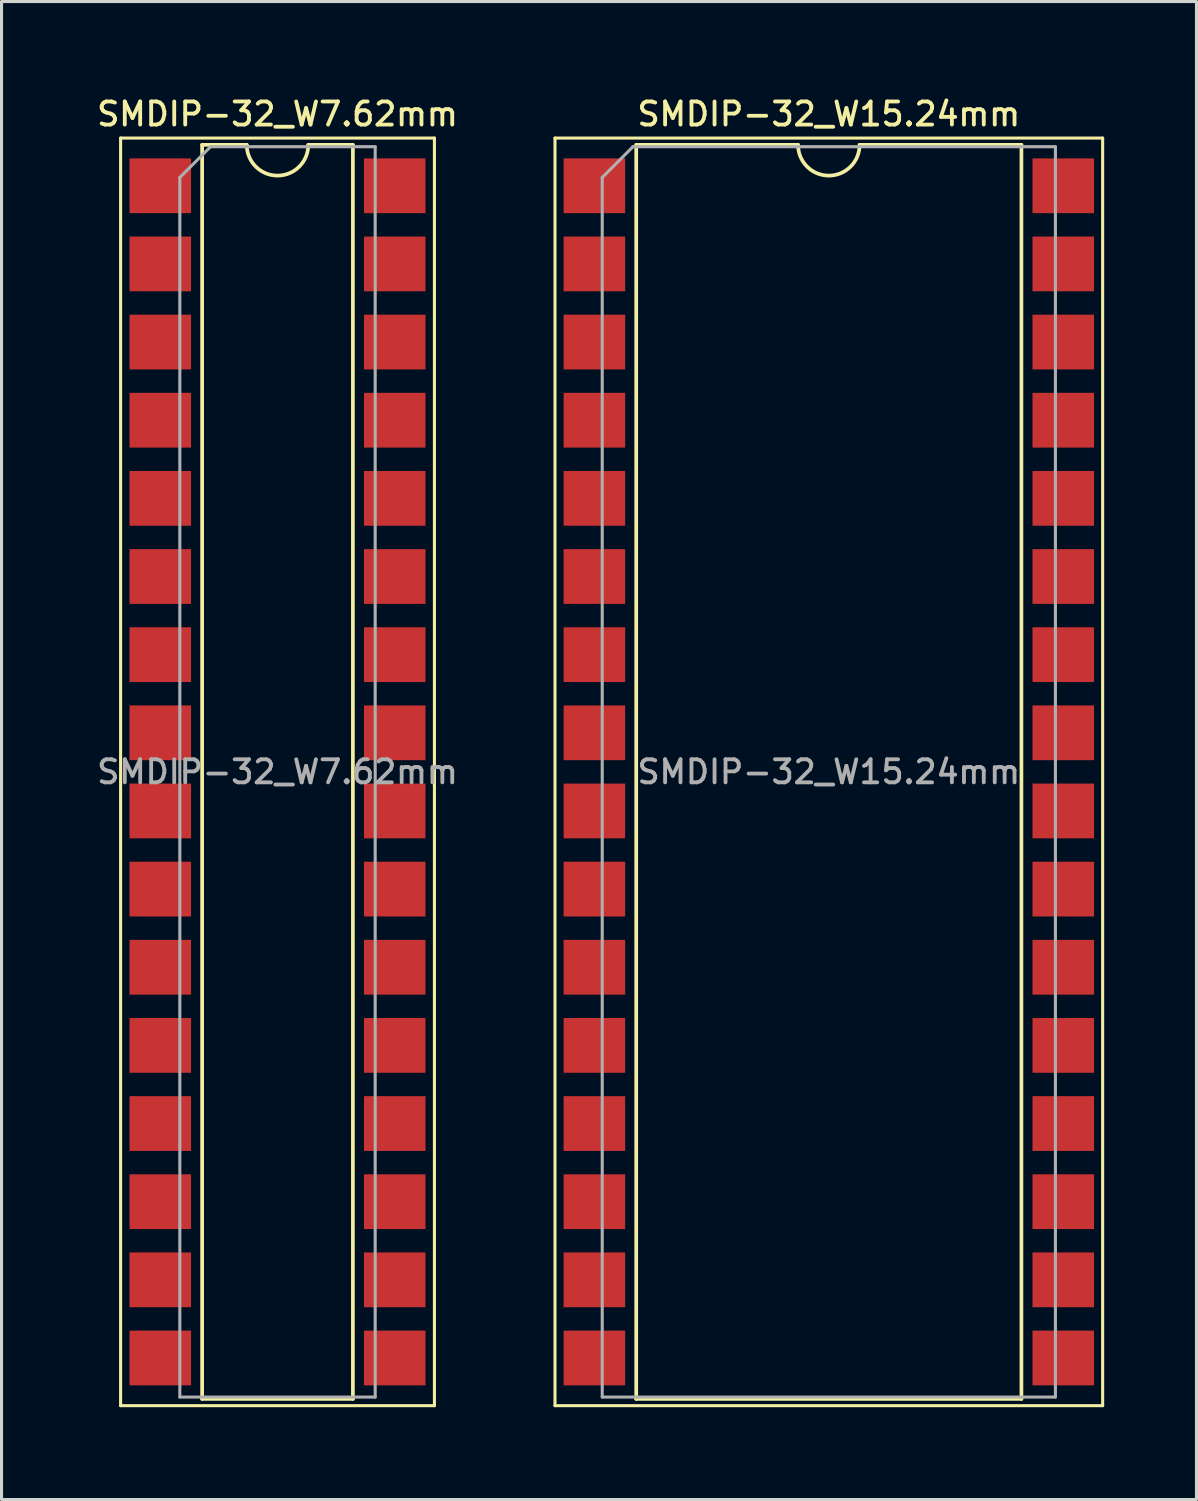
<source format=kicad_pcb>
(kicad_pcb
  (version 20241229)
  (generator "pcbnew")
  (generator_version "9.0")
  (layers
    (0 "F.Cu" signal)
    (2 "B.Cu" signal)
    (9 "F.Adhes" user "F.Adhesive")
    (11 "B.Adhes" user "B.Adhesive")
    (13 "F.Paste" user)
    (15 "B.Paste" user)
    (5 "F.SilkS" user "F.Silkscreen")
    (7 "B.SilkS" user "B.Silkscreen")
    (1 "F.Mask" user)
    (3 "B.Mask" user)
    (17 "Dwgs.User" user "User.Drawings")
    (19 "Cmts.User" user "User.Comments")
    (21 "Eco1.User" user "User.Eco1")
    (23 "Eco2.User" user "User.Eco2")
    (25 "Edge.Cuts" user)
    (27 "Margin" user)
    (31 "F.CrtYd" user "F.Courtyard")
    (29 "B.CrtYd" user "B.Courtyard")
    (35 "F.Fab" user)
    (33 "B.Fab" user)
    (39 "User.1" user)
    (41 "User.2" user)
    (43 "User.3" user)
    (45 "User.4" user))
  (footprint "SMDIP-32_W7.62mm"
    (layer "F.Cu")
    (at 5.97 22.038)
    (property "Reference" "SMDIP-32_W7.62mm" (at 0 -21.38 0) (layer "F.SilkS") (effects (font (size 0.75 0.75) (thickness 0.125))))
    (attr smd)
    (fp_line (start -5.1 -20.6) (end -5.1 20.6) (stroke (width 0.1) (type solid)) (layer "F.SilkS"))
    (fp_line (start -5.1 20.6) (end 5.1 20.6) (stroke (width 0.1) (type solid)) (layer "F.SilkS"))
    (fp_line (start -2.45 -20.38) (end -2.45 20.38) (stroke (width 0.12) (type solid)) (layer "F.SilkS"))
    (fp_line (start -2.45 20.38) (end 2.45 20.38) (stroke (width 0.12) (type solid)) (layer "F.SilkS"))
    (fp_line (start -1 -20.38) (end -2.45 -20.38) (stroke (width 0.12) (type solid)) (layer "F.SilkS"))
    (fp_line (start 2.45 -20.38) (end 1 -20.38) (stroke (width 0.12) (type solid)) (layer "F.SilkS"))
    (fp_line (start 2.45 20.38) (end 2.45 -20.38) (stroke (width 0.12) (type solid)) (layer "F.SilkS"))
    (fp_line (start 5.1 -20.6) (end -5.1 -20.6) (stroke (width 0.1) (type solid)) (layer "F.SilkS"))
    (fp_line (start 5.1 20.6) (end 5.1 -20.6) (stroke (width 0.1) (type solid)) (layer "F.SilkS"))
    (fp_arc (start 1 -20.38) (mid 0 -19.38) (end -1 -20.38) (stroke (width 0.12) (type solid)) (layer "F.SilkS"))
    (fp_line (start -3.175 -19.32) (end -2.175 -20.32) (stroke (width 0.1) (type solid)) (layer "F.Fab"))
    (fp_line (start -3.175 20.32) (end -3.175 -19.32) (stroke (width 0.1) (type solid)) (layer "F.Fab"))
    (fp_line (start -2.175 -20.32) (end 3.175 -20.32) (stroke (width 0.1) (type solid)) (layer "F.Fab"))
    (fp_line (start 3.175 -20.32) (end 3.175 20.32) (stroke (width 0.1) (type solid)) (layer "F.Fab"))
    (fp_line (start 3.175 20.32) (end -3.175 20.32) (stroke (width 0.1) (type solid)) (layer "F.Fab"))
    (fp_text user "${REFERENCE}" (at 0 0 0) (layer "F.Fab") (effects (font (size 0.75 0.75) (thickness 0.125))))
    (pad "1" smd rect (at -3.81 -19.05) (size 2 1.78) (layers "F.Cu" "F.Mask" "F.Paste"))
    (pad "2" smd rect (at -3.81 -16.51) (size 2 1.78) (layers "F.Cu" "F.Mask" "F.Paste"))
    (pad "3" smd rect (at -3.81 -13.97) (size 2 1.78) (layers "F.Cu" "F.Mask" "F.Paste"))
    (pad "4" smd rect (at -3.81 -11.43) (size 2 1.78) (layers "F.Cu" "F.Mask" "F.Paste"))
    (pad "5" smd rect (at -3.81 -8.89) (size 2 1.78) (layers "F.Cu" "F.Mask" "F.Paste"))
    (pad "6" smd rect (at -3.81 -6.35) (size 2 1.78) (layers "F.Cu" "F.Mask" "F.Paste"))
    (pad "7" smd rect (at -3.81 -3.81) (size 2 1.78) (layers "F.Cu" "F.Mask" "F.Paste"))
    (pad "8" smd rect (at -3.81 -1.27) (size 2 1.78) (layers "F.Cu" "F.Mask" "F.Paste"))
    (pad "9" smd rect (at -3.81 1.27) (size 2 1.78) (layers "F.Cu" "F.Mask" "F.Paste"))
    (pad "10" smd rect (at -3.81 3.81) (size 2 1.78) (layers "F.Cu" "F.Mask" "F.Paste"))
    (pad "11" smd rect (at -3.81 6.35) (size 2 1.78) (layers "F.Cu" "F.Mask" "F.Paste"))
    (pad "12" smd rect (at -3.81 8.89) (size 2 1.78) (layers "F.Cu" "F.Mask" "F.Paste"))
    (pad "13" smd rect (at -3.81 11.43) (size 2 1.78) (layers "F.Cu" "F.Mask" "F.Paste"))
    (pad "14" smd rect (at -3.81 13.97) (size 2 1.78) (layers "F.Cu" "F.Mask" "F.Paste"))
    (pad "15" smd rect (at -3.81 16.51) (size 2 1.78) (layers "F.Cu" "F.Mask" "F.Paste"))
    (pad "16" smd rect (at -3.81 19.05) (size 2 1.78) (layers "F.Cu" "F.Mask" "F.Paste"))
    (pad "17" smd rect (at 3.81 19.05) (size 2 1.78) (layers "F.Cu" "F.Mask" "F.Paste"))
    (pad "18" smd rect (at 3.81 16.51) (size 2 1.78) (layers "F.Cu" "F.Mask" "F.Paste"))
    (pad "19" smd rect (at 3.81 13.97) (size 2 1.78) (layers "F.Cu" "F.Mask" "F.Paste"))
    (pad "20" smd rect (at 3.81 11.43) (size 2 1.78) (layers "F.Cu" "F.Mask" "F.Paste"))
    (pad "21" smd rect (at 3.81 8.89) (size 2 1.78) (layers "F.Cu" "F.Mask" "F.Paste"))
    (pad "22" smd rect (at 3.81 6.35) (size 2 1.78) (layers "F.Cu" "F.Mask" "F.Paste"))
    (pad "23" smd rect (at 3.81 3.81) (size 2 1.78) (layers "F.Cu" "F.Mask" "F.Paste"))
    (pad "24" smd rect (at 3.81 1.27) (size 2 1.78) (layers "F.Cu" "F.Mask" "F.Paste"))
    (pad "25" smd rect (at 3.81 -1.27) (size 2 1.78) (layers "F.Cu" "F.Mask" "F.Paste"))
    (pad "26" smd rect (at 3.81 -3.81) (size 2 1.78) (layers "F.Cu" "F.Mask" "F.Paste"))
    (pad "27" smd rect (at 3.81 -6.35) (size 2 1.78) (layers "F.Cu" "F.Mask" "F.Paste"))
    (pad "28" smd rect (at 3.81 -8.89) (size 2 1.78) (layers "F.Cu" "F.Mask" "F.Paste"))
    (pad "29" smd rect (at 3.81 -11.43) (size 2 1.78) (layers "F.Cu" "F.Mask" "F.Paste"))
    (pad "30" smd rect (at 3.81 -13.97) (size 2 1.78) (layers "F.Cu" "F.Mask" "F.Paste"))
    (pad "31" smd rect (at 3.81 -16.51) (size 2 1.78) (layers "F.Cu" "F.Mask" "F.Paste"))
    (pad "32" smd rect (at 3.81 -19.05) (size 2 1.78) (layers "F.Cu" "F.Mask" "F.Paste")))
  (footprint "SMDIP-32_W15.24mm"
    (layer "F.Cu")
    (at 23.889 22.038)
    (property "Reference" "SMDIP-32_W15.24mm" (at 0 -21.38 0) (layer "F.SilkS") (effects (font (size 0.75 0.75) (thickness 0.125))))
    (attr smd)
    (fp_line (start -8.9 -20.6) (end -8.9 20.6) (stroke (width 0.1) (type solid)) (layer "F.SilkS"))
    (fp_line (start -8.9 20.6) (end 8.9 20.6) (stroke (width 0.1) (type solid)) (layer "F.SilkS"))
    (fp_line (start -6.26 -20.38) (end -6.26 20.38) (stroke (width 0.12) (type solid)) (layer "F.SilkS"))
    (fp_line (start -6.26 20.38) (end 6.26 20.38) (stroke (width 0.12) (type solid)) (layer "F.SilkS"))
    (fp_line (start -1 -20.38) (end -6.26 -20.38) (stroke (width 0.12) (type solid)) (layer "F.SilkS"))
    (fp_line (start 6.26 -20.38) (end 1 -20.38) (stroke (width 0.12) (type solid)) (layer "F.SilkS"))
    (fp_line (start 6.26 20.38) (end 6.26 -20.38) (stroke (width 0.12) (type solid)) (layer "F.SilkS"))
    (fp_line (start 8.9 -20.6) (end -8.9 -20.6) (stroke (width 0.1) (type solid)) (layer "F.SilkS"))
    (fp_line (start 8.9 20.6) (end 8.9 -20.6) (stroke (width 0.1) (type solid)) (layer "F.SilkS"))
    (fp_arc (start 1 -20.38) (mid 0 -19.38) (end -1 -20.38) (stroke (width 0.12) (type solid)) (layer "F.SilkS"))
    (fp_line (start -7.365 -19.32) (end -6.365 -20.32) (stroke (width 0.1) (type solid)) (layer "F.Fab"))
    (fp_line (start -7.365 20.32) (end -7.365 -19.32) (stroke (width 0.1) (type solid)) (layer "F.Fab"))
    (fp_line (start -6.365 -20.32) (end 7.365 -20.32) (stroke (width 0.1) (type solid)) (layer "F.Fab"))
    (fp_line (start 7.365 -20.32) (end 7.365 20.32) (stroke (width 0.1) (type solid)) (layer "F.Fab"))
    (fp_line (start 7.365 20.32) (end -7.365 20.32) (stroke (width 0.1) (type solid)) (layer "F.Fab"))
    (fp_text user "${REFERENCE}" (at 0 0 0) (layer "F.Fab") (effects (font (size 0.75 0.75) (thickness 0.125))))
    (pad "1" smd rect (at -7.62 -19.05) (size 2 1.78) (layers "F.Cu" "F.Mask" "F.Paste"))
    (pad "2" smd rect (at -7.62 -16.51) (size 2 1.78) (layers "F.Cu" "F.Mask" "F.Paste"))
    (pad "3" smd rect (at -7.62 -13.97) (size 2 1.78) (layers "F.Cu" "F.Mask" "F.Paste"))
    (pad "4" smd rect (at -7.62 -11.43) (size 2 1.78) (layers "F.Cu" "F.Mask" "F.Paste"))
    (pad "5" smd rect (at -7.62 -8.89) (size 2 1.78) (layers "F.Cu" "F.Mask" "F.Paste"))
    (pad "6" smd rect (at -7.62 -6.35) (size 2 1.78) (layers "F.Cu" "F.Mask" "F.Paste"))
    (pad "7" smd rect (at -7.62 -3.81) (size 2 1.78) (layers "F.Cu" "F.Mask" "F.Paste"))
    (pad "8" smd rect (at -7.62 -1.27) (size 2 1.78) (layers "F.Cu" "F.Mask" "F.Paste"))
    (pad "9" smd rect (at -7.62 1.27) (size 2 1.78) (layers "F.Cu" "F.Mask" "F.Paste"))
    (pad "10" smd rect (at -7.62 3.81) (size 2 1.78) (layers "F.Cu" "F.Mask" "F.Paste"))
    (pad "11" smd rect (at -7.62 6.35) (size 2 1.78) (layers "F.Cu" "F.Mask" "F.Paste"))
    (pad "12" smd rect (at -7.62 8.89) (size 2 1.78) (layers "F.Cu" "F.Mask" "F.Paste"))
    (pad "13" smd rect (at -7.62 11.43) (size 2 1.78) (layers "F.Cu" "F.Mask" "F.Paste"))
    (pad "14" smd rect (at -7.62 13.97) (size 2 1.78) (layers "F.Cu" "F.Mask" "F.Paste"))
    (pad "15" smd rect (at -7.62 16.51) (size 2 1.78) (layers "F.Cu" "F.Mask" "F.Paste"))
    (pad "16" smd rect (at -7.62 19.05) (size 2 1.78) (layers "F.Cu" "F.Mask" "F.Paste"))
    (pad "17" smd rect (at 7.62 19.05) (size 2 1.78) (layers "F.Cu" "F.Mask" "F.Paste"))
    (pad "18" smd rect (at 7.62 16.51) (size 2 1.78) (layers "F.Cu" "F.Mask" "F.Paste"))
    (pad "19" smd rect (at 7.62 13.97) (size 2 1.78) (layers "F.Cu" "F.Mask" "F.Paste"))
    (pad "20" smd rect (at 7.62 11.43) (size 2 1.78) (layers "F.Cu" "F.Mask" "F.Paste"))
    (pad "21" smd rect (at 7.62 8.89) (size 2 1.78) (layers "F.Cu" "F.Mask" "F.Paste"))
    (pad "22" smd rect (at 7.62 6.35) (size 2 1.78) (layers "F.Cu" "F.Mask" "F.Paste"))
    (pad "23" smd rect (at 7.62 3.81) (size 2 1.78) (layers "F.Cu" "F.Mask" "F.Paste"))
    (pad "24" smd rect (at 7.62 1.27) (size 2 1.78) (layers "F.Cu" "F.Mask" "F.Paste"))
    (pad "25" smd rect (at 7.62 -1.27) (size 2 1.78) (layers "F.Cu" "F.Mask" "F.Paste"))
    (pad "26" smd rect (at 7.62 -3.81) (size 2 1.78) (layers "F.Cu" "F.Mask" "F.Paste"))
    (pad "27" smd rect (at 7.62 -6.35) (size 2 1.78) (layers "F.Cu" "F.Mask" "F.Paste"))
    (pad "28" smd rect (at 7.62 -8.89) (size 2 1.78) (layers "F.Cu" "F.Mask" "F.Paste"))
    (pad "29" smd rect (at 7.62 -11.43) (size 2 1.78) (layers "F.Cu" "F.Mask" "F.Paste"))
    (pad "30" smd rect (at 7.62 -13.97) (size 2 1.78) (layers "F.Cu" "F.Mask" "F.Paste"))
    (pad "31" smd rect (at 7.62 -16.51) (size 2 1.78) (layers "F.Cu" "F.Mask" "F.Paste"))
    (pad "32" smd rect (at 7.62 -19.05) (size 2 1.78) (layers "F.Cu" "F.Mask" "F.Paste")))
  (gr_rect
    (start -3 -3)
    (end 35.839 45.688)
    (stroke (width 0.1) (type default))
    (fill no)
    (layer "Edge.Cuts")))
</source>
